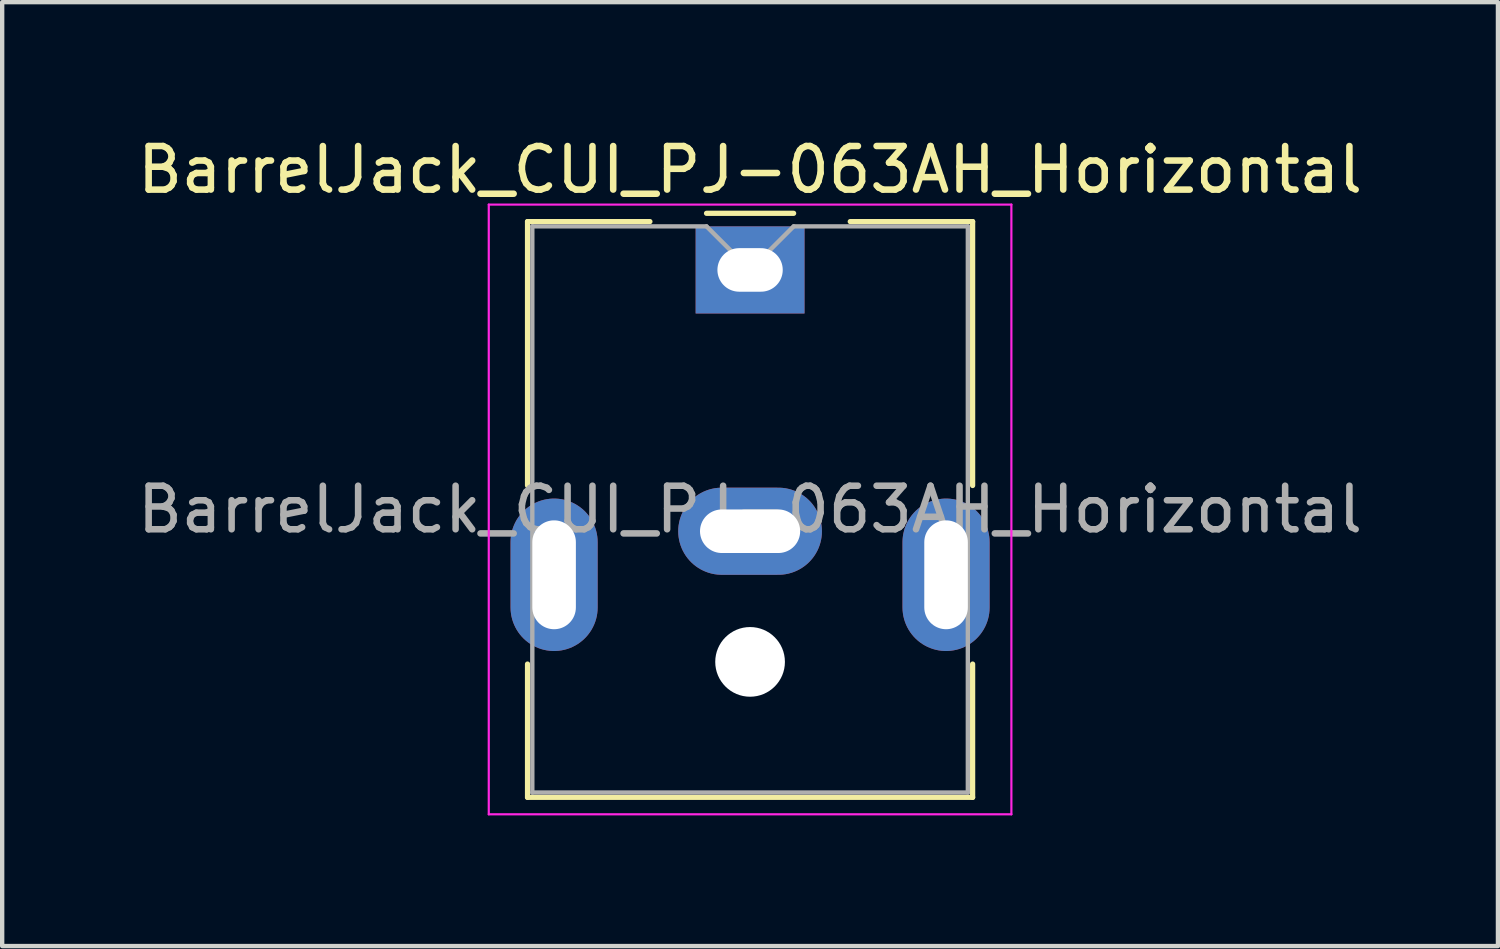
<source format=kicad_pcb>
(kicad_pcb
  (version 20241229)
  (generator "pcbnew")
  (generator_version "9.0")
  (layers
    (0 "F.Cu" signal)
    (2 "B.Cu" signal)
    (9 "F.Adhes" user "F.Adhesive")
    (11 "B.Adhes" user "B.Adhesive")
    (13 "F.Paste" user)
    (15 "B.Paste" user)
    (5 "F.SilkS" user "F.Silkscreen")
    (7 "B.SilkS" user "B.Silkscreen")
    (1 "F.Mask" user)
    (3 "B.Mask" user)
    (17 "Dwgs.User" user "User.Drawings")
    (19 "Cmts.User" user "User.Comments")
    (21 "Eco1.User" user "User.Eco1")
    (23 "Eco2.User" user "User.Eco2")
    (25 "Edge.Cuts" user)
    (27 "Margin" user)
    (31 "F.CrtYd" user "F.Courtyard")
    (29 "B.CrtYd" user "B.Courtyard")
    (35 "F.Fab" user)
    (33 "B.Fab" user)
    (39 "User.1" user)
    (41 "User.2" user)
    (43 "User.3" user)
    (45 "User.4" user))
  (footprint "BarrelJack_CUI_PJ-063AH_Horizontal"
    (layer "F.Cu")
    (at 14.173 3.148)
    (property "Reference" "BarrelJack_CUI_PJ-063AH_Horizontal" (at 0 -2.3 0) (layer "F.SilkS") (effects (font (size 1 1) (thickness 0.15))))
    (attr through_hole)
    (fp_line (start -5.11 -1.11) (end -2.3 -1.11) (stroke (width 0.12) (type solid)) (layer "F.SilkS"))
    (fp_line (start -5.11 4.95) (end -5.11 -1.11) (stroke (width 0.12) (type solid)) (layer "F.SilkS"))
    (fp_line (start -5.11 12.11) (end -5.11 9.05) (stroke (width 0.12) (type solid)) (layer "F.SilkS"))
    (fp_line (start -1 -1.3) (end 1 -1.3) (stroke (width 0.12) (type solid)) (layer "F.SilkS"))
    (fp_line (start 2.3 -1.11) (end 5.11 -1.11) (stroke (width 0.12) (type solid)) (layer "F.SilkS"))
    (fp_line (start 5.11 -1.11) (end 5.11 4.95) (stroke (width 0.12) (type solid)) (layer "F.SilkS"))
    (fp_line (start 5.11 9.05) (end 5.11 12.11) (stroke (width 0.12) (type solid)) (layer "F.SilkS"))
    (fp_line (start 5.11 12.11) (end -5.11 12.11) (stroke (width 0.12) (type solid)) (layer "F.SilkS"))
    (fp_line (start -6 -1.5) (end -6 12.5) (stroke (width 0.05) (type solid)) (layer "F.CrtYd"))
    (fp_line (start -6 12.5) (end 6 12.5) (stroke (width 0.05) (type solid)) (layer "F.CrtYd"))
    (fp_line (start 6 -1.5) (end -6 -1.5) (stroke (width 0.05) (type solid)) (layer "F.CrtYd"))
    (fp_line (start 6 12.5) (end 6 -1.5) (stroke (width 0.05) (type solid)) (layer "F.CrtYd"))
    (fp_line (start -5 -1) (end -1 -1) (stroke (width 0.1) (type solid)) (layer "F.Fab"))
    (fp_line (start -5 12) (end -5 -1) (stroke (width 0.1) (type solid)) (layer "F.Fab"))
    (fp_line (start -1 -1) (end 0 0) (stroke (width 0.1) (type solid)) (layer "F.Fab"))
    (fp_line (start 0 0) (end 1 -1) (stroke (width 0.1) (type solid)) (layer "F.Fab"))
    (fp_line (start 1 -1) (end 5 -1) (stroke (width 0.1) (type solid)) (layer "F.Fab"))
    (fp_line (start 5 -1) (end 5 12) (stroke (width 0.1) (type solid)) (layer "F.Fab"))
    (fp_line (start 5 12) (end -5 12) (stroke (width 0.1) (type solid)) (layer "F.Fab"))
    (fp_text user "${REFERENCE}" (at 0 5.5 0) (layer "F.Fab") (effects (font (size 1 1) (thickness 0.15))))
    (pad "" np_thru_hole circle (at 0 9) (size 1.6 1.6) (drill 1.6) (layers "*.Cu" "*.Mask"))
    (pad "1" thru_hole rect (at 0 0) (size 2.5 2) (drill oval 1.5 1) (layers "*.Cu" "*.Mask"))
    (pad "2" thru_hole oval (at 0 6) (size 3.3 2) (drill oval 2.3 1) (layers "*.Cu" "*.Mask"))
    (pad "MP" thru_hole oval (at -4.5 7) (size 2 3.5) (drill oval 1 2.5) (layers "*.Cu" "*.Mask"))
    (pad "MP" thru_hole oval (at 4.5 7) (size 2 3.5) (drill oval 1 2.5) (layers "*.Cu" "*.Mask")))
  (gr_rect
    (start -3 -3)
    (end 31.345 18.673)
    (stroke (width 0.1) (type default))
    (fill no)
    (layer "Edge.Cuts")))
</source>
